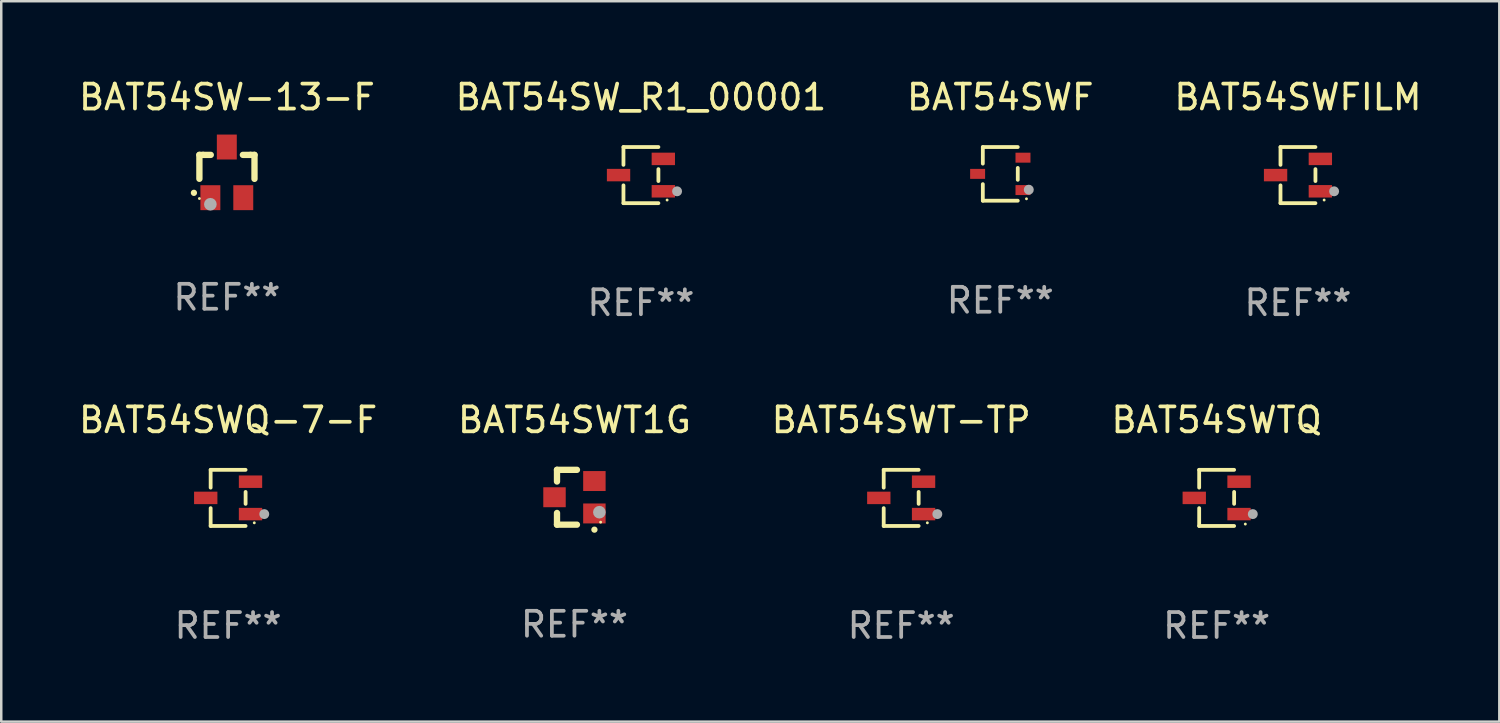
<source format=kicad_pcb>
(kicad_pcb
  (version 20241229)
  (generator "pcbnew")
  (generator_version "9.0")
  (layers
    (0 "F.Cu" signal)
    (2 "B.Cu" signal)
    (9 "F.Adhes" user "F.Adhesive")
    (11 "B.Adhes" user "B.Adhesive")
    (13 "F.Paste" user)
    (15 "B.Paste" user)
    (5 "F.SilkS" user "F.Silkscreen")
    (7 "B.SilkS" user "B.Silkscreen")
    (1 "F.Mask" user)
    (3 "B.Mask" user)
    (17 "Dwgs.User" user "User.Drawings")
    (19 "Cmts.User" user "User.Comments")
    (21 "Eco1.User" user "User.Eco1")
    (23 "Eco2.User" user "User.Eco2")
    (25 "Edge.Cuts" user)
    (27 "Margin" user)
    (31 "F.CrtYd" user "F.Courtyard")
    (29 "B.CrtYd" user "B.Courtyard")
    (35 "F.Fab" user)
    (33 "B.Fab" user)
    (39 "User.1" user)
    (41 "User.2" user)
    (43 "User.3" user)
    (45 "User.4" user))
  (footprint "BAT54SWT1G"
    (layer "F.Cu")
    (at 19.994 16.897)
    (property "Reference" "BAT54SWT1G" (at 0 -3.1 0) (layer "F.SilkS") (effects (font (size 1 1) (thickness 0.15))))
    (attr through_hole)
    (fp_line (start -0.7 -1.1) (end 0.1 -1.1) (stroke (width 0.254) (type solid)) (layer "F.SilkS"))
    (fp_line (start -0.7 -0.631) (end -0.7 -1.1) (stroke (width 0.254) (type solid)) (layer "F.SilkS"))
    (fp_line (start -0.7 1.1) (end -0.7 0.631) (stroke (width 0.254) (type solid)) (layer "F.SilkS"))
    (fp_line (start -0.7 1.1) (end 0.1 1.1) (stroke (width 0.254) (type solid)) (layer "F.SilkS"))
    (fp_arc (start 0.8 1.3) (mid 0.80127 1.299994) (end 0.80254 1.3) (stroke (width 0.24892) (type solid)) (layer "F.SilkS"))
    (fp_circle (center 1.05 1) (end 1.08 1) (stroke (width 0.06) (type solid)) (fill no) (layer "F.SilkS"))
    (fp_circle (center 1 0.6) (end 1.127 0.6) (stroke (width 0.254) (type solid)) (fill no) (layer "F.Fab"))
    (fp_text user "REF**" (at 0 5.1 0) (layer "F.Fab") (effects (font (size 1 1) (thickness 0.15))))
    (pad "1" smd rect (at 0.8 0.65 90) (size 0.8 0.9) (layers "F.Cu" "F.Mask" "F.Paste"))
    (pad "2" smd rect (at 0.8 -0.65 90) (size 0.8 0.9) (layers "F.Cu" "F.Mask" "F.Paste"))
    (pad "3" smd rect (at -0.8 0 90) (size 0.8 0.9) (layers "F.Cu" "F.Mask" "F.Paste")))
  (footprint "BAT54SW-13-F"
    (layer "F.Cu")
    (at 6.054 3.864)
    (property "Reference" "BAT54SW-13-F" (at 0 -3.016 0) (layer "F.SilkS") (effects (font (size 1 1) (thickness 0.15))))
    (attr through_hole)
    (fp_line (start -1.105 -0.701) (end -1.105 0.259) (stroke (width 0.254) (type solid)) (layer "F.SilkS"))
    (fp_line (start -0.955 -0.701) (end -1.105 -0.701) (stroke (width 0.254) (type solid)) (layer "F.SilkS"))
    (fp_line (start -0.955 -0.701) (end -0.649 -0.701) (stroke (width 0.254) (type solid)) (layer "F.SilkS"))
    (fp_line (start 0.639 -0.701) (end 0.945 -0.701) (stroke (width 0.254) (type solid)) (layer "F.SilkS"))
    (fp_line (start 0.945 -0.701) (end 1.105 -0.701) (stroke (width 0.254) (type solid)) (layer "F.SilkS"))
    (fp_line (start 1.105 -0.701) (end 1.105 0.261) (stroke (width 0.254) (type solid)) (layer "F.SilkS"))
    (fp_arc (start -1.324994 0.82253) (mid -1.325 0.82126) (end -1.324994 0.81999) (stroke (width 0.24892) (type solid)) (layer "F.SilkS"))
    (fp_circle (center -1.105 1.05) (end -1.075 1.05) (stroke (width 0.06) (type solid)) (fill no) (layer "F.SilkS"))
    (fp_circle (center -0.665 1.28) (end -0.538 1.28) (stroke (width 0.254) (type solid)) (fill no) (layer "F.Fab"))
    (fp_text user "REF**" (at 0 5.016 0) (layer "F.Fab") (effects (font (size 1 1) (thickness 0.15))))
    (pad "1" smd rect (at -0.665 1.016) (size 0.8 1) (layers "F.Cu" "F.Mask" "F.Paste"))
    (pad "2" smd rect (at 0.655 1.016) (size 0.8 1) (layers "F.Cu" "F.Mask" "F.Paste"))
    (pad "3" smd rect (at -0.005 -1.016) (size 0.8 1) (layers "F.Cu" "F.Mask" "F.Paste")))
  (footprint "BAT54SWFILM"
    (layer "F.Cu")
    (at 49.018 3.974)
    (property "Reference" "BAT54SWFILM" (at 0 -3.126 0) (layer "F.SilkS") (effects (font (size 1 1) (thickness 0.15))))
    (attr through_hole)
    (fp_line (start -0.701 -1.126) (end -0.701 -0.411) (stroke (width 0.152) (type solid)) (layer "F.SilkS"))
    (fp_line (start -0.701 1.126) (end -0.701 0.411) (stroke (width 0.152) (type solid)) (layer "F.SilkS"))
    (fp_line (start 0.701 -1.126) (end -0.701 -1.126) (stroke (width 0.152) (type solid)) (layer "F.SilkS"))
    (fp_line (start 0.701 -0.239) (end 0.701 0.239) (stroke (width 0.152) (type solid)) (layer "F.SilkS"))
    (fp_line (start 0.701 1.126) (end -0.701 1.126) (stroke (width 0.152) (type solid)) (layer "F.SilkS"))
    (fp_circle (center 1.05 1) (end 1.08 1) (stroke (width 0.06) (type solid)) (fill no) (layer "F.SilkS"))
    (fp_circle (center 1.45 0.65) (end 1.55 0.65) (stroke (width 0.2) (type solid)) (fill no) (layer "F.Fab"))
    (fp_text user "REF**" (at 0 5.126 0) (layer "F.Fab") (effects (font (size 1 1) (thickness 0.15))))
    (pad "1" smd rect (at 0.898 0.65) (size 0.936 0.5) (layers "F.Cu" "F.Mask" "F.Paste"))
    (pad "2" smd rect (at 0.898 -0.65) (size 0.936 0.5) (layers "F.Cu" "F.Mask" "F.Paste"))
    (pad "3" smd rect (at -0.898 0) (size 0.936 0.5) (layers "F.Cu" "F.Mask" "F.Paste")))
  (footprint "BAT54SWF"
    (layer "F.Cu")
    (at 37.077 3.925)
    (property "Reference" "BAT54SWF" (at 0 -3.076 0) (layer "F.SilkS") (effects (font (size 1 1) (thickness 0.15))))
    (attr through_hole)
    (fp_line (start -0.701 -1.076) (end -0.701 -0.411) (stroke (width 0.152) (type solid)) (layer "F.SilkS"))
    (fp_line (start -0.701 1.076) (end -0.701 0.411) (stroke (width 0.152) (type solid)) (layer "F.SilkS"))
    (fp_line (start 0.701 -1.076) (end -0.701 -1.076) (stroke (width 0.152) (type solid)) (layer "F.SilkS"))
    (fp_line (start 0.701 -0.239) (end 0.701 0.239) (stroke (width 0.152) (type solid)) (layer "F.SilkS"))
    (fp_line (start 0.701 1.076) (end -0.701 1.076) (stroke (width 0.152) (type solid)) (layer "F.SilkS"))
    (fp_circle (center 1.05 1) (end 1.08 1) (stroke (width 0.06) (type solid)) (fill no) (layer "F.SilkS"))
    (fp_circle (center 1.143 0.635) (end 1.243 0.635) (stroke (width 0.2) (type solid)) (fill no) (layer "F.Fab"))
    (fp_text user "REF**" (at 0 5.076 0) (layer "F.Fab") (effects (font (size 1 1) (thickness 0.15))))
    (pad "1" smd rect (at 0.91 0.65) (size 0.6 0.4) (layers "F.Cu" "F.Mask" "F.Paste"))
    (pad "2" smd rect (at 0.91 -0.65) (size 0.6 0.4) (layers "F.Cu" "F.Mask" "F.Paste"))
    (pad "3" smd rect (at -0.91 0) (size 0.6 0.4) (layers "F.Cu" "F.Mask" "F.Paste")))
  (footprint "BAT54SWTQ"
    (layer "F.Cu")
    (at 45.756 16.923)
    (property "Reference" "BAT54SWTQ" (at 0 -3.126 0) (layer "F.SilkS") (effects (font (size 1 1) (thickness 0.15))))
    (attr through_hole)
    (fp_line (start -0.701 -1.126) (end -0.701 -0.411) (stroke (width 0.152) (type solid)) (layer "F.SilkS"))
    (fp_line (start -0.701 1.126) (end -0.701 0.411) (stroke (width 0.152) (type solid)) (layer "F.SilkS"))
    (fp_line (start 0.701 -1.126) (end -0.701 -1.126) (stroke (width 0.152) (type solid)) (layer "F.SilkS"))
    (fp_line (start 0.701 -0.239) (end 0.701 0.239) (stroke (width 0.152) (type solid)) (layer "F.SilkS"))
    (fp_line (start 0.701 1.126) (end -0.701 1.126) (stroke (width 0.152) (type solid)) (layer "F.SilkS"))
    (fp_circle (center 1.15 1.05) (end 1.18 1.05) (stroke (width 0.06) (type solid)) (fill no) (layer "F.SilkS"))
    (fp_circle (center 1.45 0.65) (end 1.55 0.65) (stroke (width 0.2) (type solid)) (fill no) (layer "F.Fab"))
    (fp_text user "REF**" (at 0 5.126 0) (layer "F.Fab") (effects (font (size 1 1) (thickness 0.15))))
    (pad "1" smd rect (at 0.898 0.65) (size 0.936 0.5) (layers "F.Cu" "F.Mask" "F.Paste"))
    (pad "2" smd rect (at 0.898 -0.65) (size 0.936 0.5) (layers "F.Cu" "F.Mask" "F.Paste"))
    (pad "3" smd rect (at -0.898 0) (size 0.936 0.5) (layers "F.Cu" "F.Mask" "F.Paste")))
  (footprint "BAT54SWT-TP"
    (layer "F.Cu")
    (at 33.101 16.923)
    (property "Reference" "BAT54SWT-TP" (at 0 -3.126 0) (layer "F.SilkS") (effects (font (size 1 1) (thickness 0.15))))
    (attr through_hole)
    (fp_line (start -0.701 -1.126) (end -0.701 -0.411) (stroke (width 0.152) (type solid)) (layer "F.SilkS"))
    (fp_line (start -0.701 1.126) (end -0.701 0.411) (stroke (width 0.152) (type solid)) (layer "F.SilkS"))
    (fp_line (start 0.701 -1.126) (end -0.701 -1.126) (stroke (width 0.152) (type solid)) (layer "F.SilkS"))
    (fp_line (start 0.701 -0.239) (end 0.701 0.239) (stroke (width 0.152) (type solid)) (layer "F.SilkS"))
    (fp_line (start 0.701 1.126) (end -0.701 1.126) (stroke (width 0.152) (type solid)) (layer "F.SilkS"))
    (fp_circle (center 1.05 1) (end 1.08 1) (stroke (width 0.06) (type solid)) (fill no) (layer "F.SilkS"))
    (fp_circle (center 1.45 0.65) (end 1.55 0.65) (stroke (width 0.2) (type solid)) (fill no) (layer "F.Fab"))
    (fp_text user "REF**" (at 0 5.126 0) (layer "F.Fab") (effects (font (size 1 1) (thickness 0.15))))
    (pad "1" smd rect (at 0.898 0.65) (size 0.936 0.5) (layers "F.Cu" "F.Mask" "F.Paste"))
    (pad "2" smd rect (at 0.898 -0.65) (size 0.936 0.5) (layers "F.Cu" "F.Mask" "F.Paste"))
    (pad "3" smd rect (at -0.898 0) (size 0.936 0.5) (layers "F.Cu" "F.Mask" "F.Paste")))
  (footprint "BAT54SWQ-7-F"
    (layer "F.Cu")
    (at 6.101 16.923)
    (property "Reference" "BAT54SWQ-7-F" (at 0 -3.126 0) (layer "F.SilkS") (effects (font (size 1 1) (thickness 0.15))))
    (attr through_hole)
    (fp_line (start -0.701 -1.126) (end -0.701 -0.411) (stroke (width 0.152) (type solid)) (layer "F.SilkS"))
    (fp_line (start -0.701 1.126) (end -0.701 0.411) (stroke (width 0.152) (type solid)) (layer "F.SilkS"))
    (fp_line (start 0.701 -1.126) (end -0.701 -1.126) (stroke (width 0.152) (type solid)) (layer "F.SilkS"))
    (fp_line (start 0.701 -0.239) (end 0.701 0.239) (stroke (width 0.152) (type solid)) (layer "F.SilkS"))
    (fp_line (start 0.701 1.126) (end -0.701 1.126) (stroke (width 0.152) (type solid)) (layer "F.SilkS"))
    (fp_circle (center 1.05 1) (end 1.08 1) (stroke (width 0.06) (type solid)) (fill no) (layer "F.SilkS"))
    (fp_circle (center 1.45 0.65) (end 1.55 0.65) (stroke (width 0.2) (type solid)) (fill no) (layer "F.Fab"))
    (fp_text user "REF**" (at 0 5.126 0) (layer "F.Fab") (effects (font (size 1 1) (thickness 0.15))))
    (pad "1" smd rect (at 0.898 0.65) (size 0.936 0.5) (layers "F.Cu" "F.Mask" "F.Paste"))
    (pad "2" smd rect (at 0.898 -0.65) (size 0.936 0.5) (layers "F.Cu" "F.Mask" "F.Paste"))
    (pad "3" smd rect (at -0.898 0) (size 0.936 0.5) (layers "F.Cu" "F.Mask" "F.Paste")))
  (footprint "BAT54SW_R1_00001"
    (layer "F.Cu")
    (at 22.661 3.974)
    (property "Reference" "BAT54SW_R1_00001" (at 0 -3.126 0) (layer "F.SilkS") (effects (font (size 1 1) (thickness 0.15))))
    (attr through_hole)
    (fp_line (start -0.701 -1.126) (end -0.701 -0.411) (stroke (width 0.152) (type solid)) (layer "F.SilkS"))
    (fp_line (start -0.701 1.126) (end -0.701 0.411) (stroke (width 0.152) (type solid)) (layer "F.SilkS"))
    (fp_line (start 0.701 -1.126) (end -0.701 -1.126) (stroke (width 0.152) (type solid)) (layer "F.SilkS"))
    (fp_line (start 0.701 -0.239) (end 0.701 0.239) (stroke (width 0.152) (type solid)) (layer "F.SilkS"))
    (fp_line (start 0.701 1.126) (end -0.701 1.126) (stroke (width 0.152) (type solid)) (layer "F.SilkS"))
    (fp_circle (center 1.05 1) (end 1.08 1) (stroke (width 0.06) (type solid)) (fill no) (layer "F.SilkS"))
    (fp_circle (center 1.45 0.65) (end 1.55 0.65) (stroke (width 0.2) (type solid)) (fill no) (layer "F.Fab"))
    (fp_text user "REF**" (at 0 5.126 0) (layer "F.Fab") (effects (font (size 1 1) (thickness 0.15))))
    (pad "1" smd rect (at 0.898 0.65) (size 0.936 0.5) (layers "F.Cu" "F.Mask" "F.Paste"))
    (pad "2" smd rect (at 0.898 -0.65) (size 0.936 0.5) (layers "F.Cu" "F.Mask" "F.Paste"))
    (pad "3" smd rect (at -0.898 0) (size 0.936 0.5) (layers "F.Cu" "F.Mask" "F.Paste")))
  (gr_rect
    (start -3 -3)
    (end 57.095 25.898)
    (stroke (width 0.1) (type default))
    (fill no)
    (layer "Edge.Cuts")))
</source>
